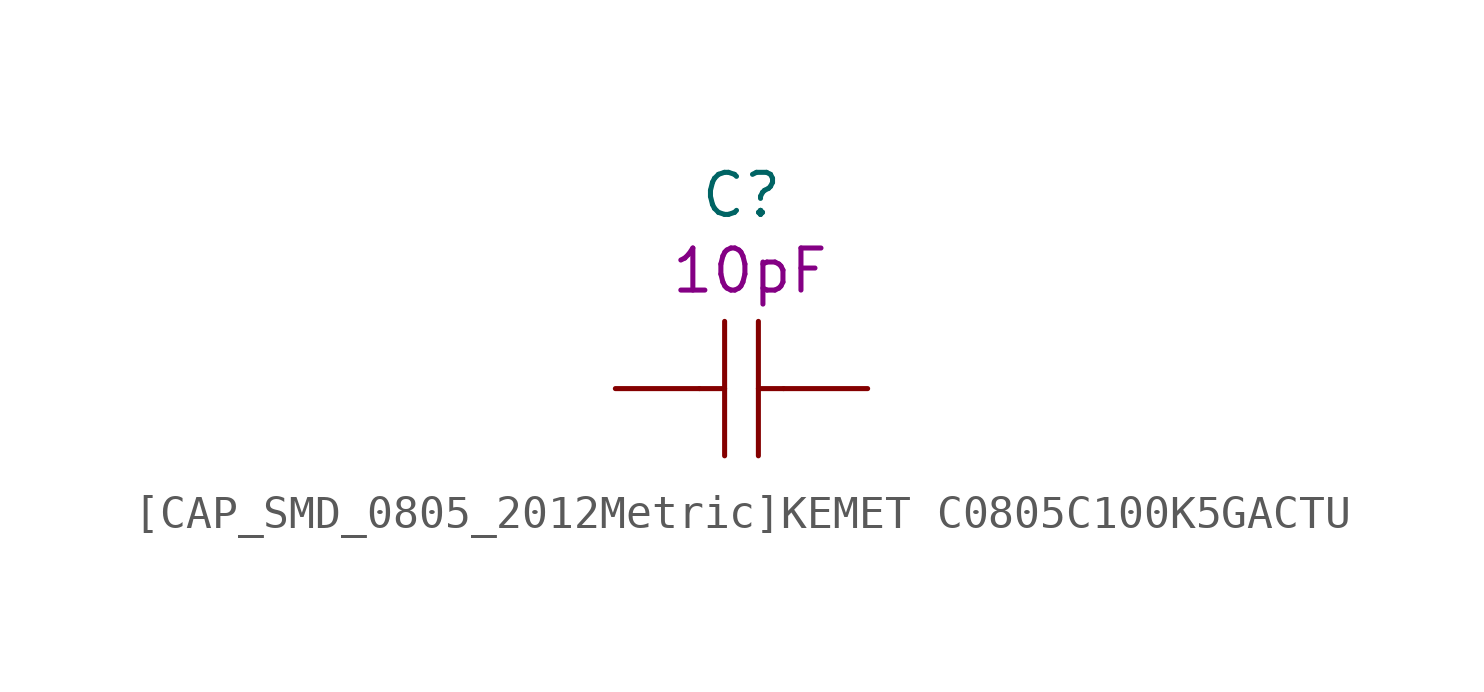
<source format=kicad_sym>
(kicad_symbol_lib
  (version 20231120)
  (generator "kicad_symbol_editor")
  (generator_version "8.0")
  (symbol "[CAP_SMD_0805_2012Metric]KEMET C0805C100K5GACTU"
    (pin_numbers hide)
    (pin_names
      (offset 0.002))
    (property "Reference" "C"
      (at 0 5.842 0)
      (effects (font (size 1.27 1.27))))
    (property "Nvalue" "10pF"
      (at 0.254 3.556 0)
      (effects (font (size 1.27 1.27))))
    (symbol "[CAP_SMD_0805_2012Metric]KEMET C0805C100K5GACTU_0_1"
      (polyline (pts (xy -1.27 0) (xy -0.51 0)) (stroke (width 0) (type default)) (fill (type none)))
      (polyline (pts (xy -0.51 2.03) (xy -0.51 -2.03)) (stroke (width 0) (type default)) (fill (type none)))
      (polyline (pts (xy 0.51 0) (xy 1.27 0)) (stroke (width 0) (type default)) (fill (type none)))
      (polyline (pts (xy 0.51 2.03) (xy 0.51 -2.03)) (stroke (width 0) (type default)) (fill (type none))))
    (symbol "[CAP_SMD_0805_2012Metric]KEMET C0805C100K5GACTU_1_1"
      (pin passive line (at -3.81 0 0) (length 2.54) (name "~" (effects (font (size 1.27 1.27)))) (number "1" (effects (font (size 1.27 1.27)))))
      (pin passive line (at 3.81 0 180) (length 2.54) (name "~" (effects (font (size 1.27 1.27)))) (number "2" (effects (font (size 1.27 1.27))))))))
</source>
